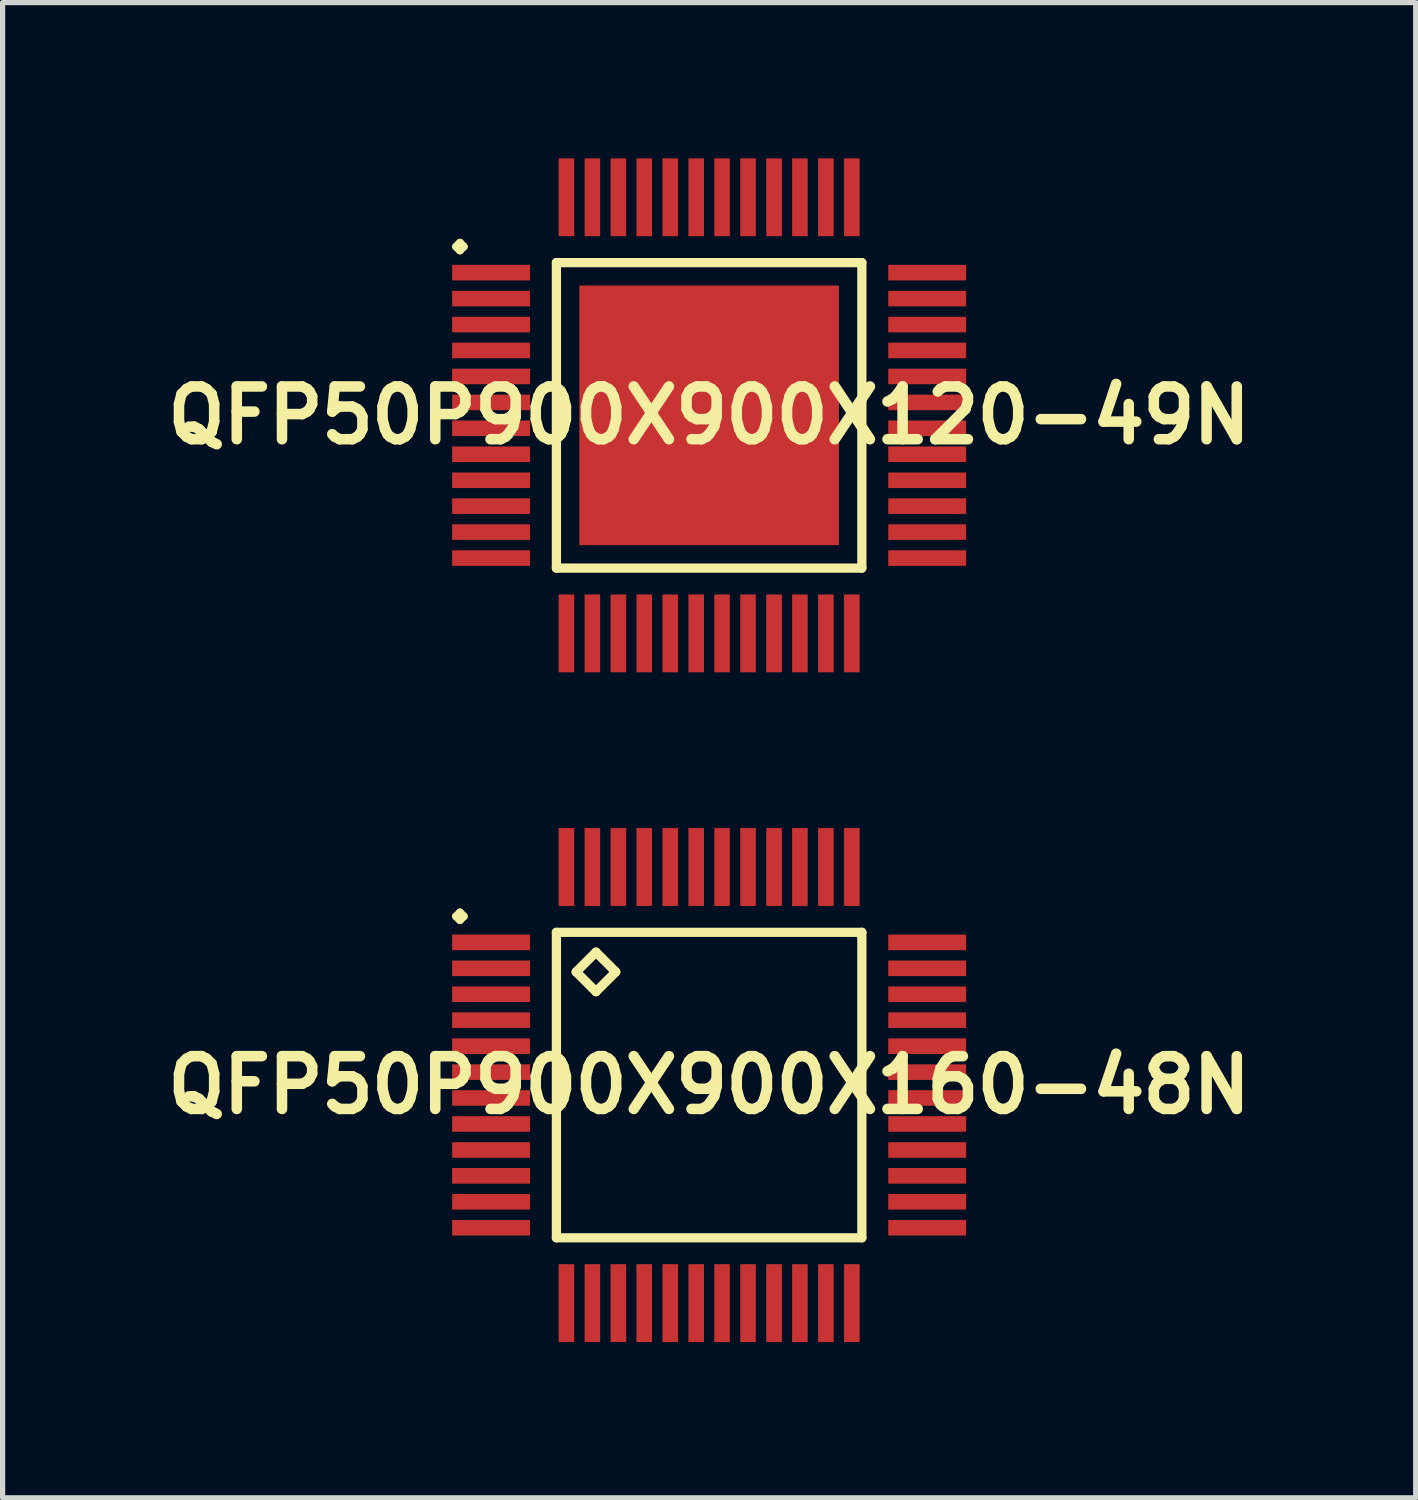
<source format=kicad_pcb>
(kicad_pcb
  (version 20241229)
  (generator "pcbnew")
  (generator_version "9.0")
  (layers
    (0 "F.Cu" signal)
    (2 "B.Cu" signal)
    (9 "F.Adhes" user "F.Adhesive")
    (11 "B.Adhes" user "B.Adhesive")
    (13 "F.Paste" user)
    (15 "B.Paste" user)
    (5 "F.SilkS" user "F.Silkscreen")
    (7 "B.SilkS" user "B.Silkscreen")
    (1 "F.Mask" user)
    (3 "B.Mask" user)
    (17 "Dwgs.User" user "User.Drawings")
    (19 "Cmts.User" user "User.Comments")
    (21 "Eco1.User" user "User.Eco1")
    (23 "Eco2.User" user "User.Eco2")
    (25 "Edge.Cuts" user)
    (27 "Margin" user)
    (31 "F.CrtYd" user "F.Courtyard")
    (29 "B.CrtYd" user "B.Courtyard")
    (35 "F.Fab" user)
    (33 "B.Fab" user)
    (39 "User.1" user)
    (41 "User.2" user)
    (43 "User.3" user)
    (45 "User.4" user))
  (footprint "QFP50P900X900X160-48N"
    (layer "F.Cu")
    (at 10.605 17.844)
    (property "Reference" "QFP50P900X900X160-48N" (at 0 0 0) (layer "F.SilkS") (effects (font (size 1.016 1.016) (thickness 0.203))))
    (attr smd)
    (fp_line (start -4.874 -3.249) (end -4.798 -3.325) (stroke (width 0.15) (type solid)) (layer "F.SilkS"))
    (fp_line (start -4.798 -3.325) (end -4.724 -3.249) (stroke (width 0.15) (type solid)) (layer "F.SilkS"))
    (fp_line (start -4.798 -3.175) (end -4.874 -3.249) (stroke (width 0.15) (type solid)) (layer "F.SilkS"))
    (fp_line (start -4.724 -3.249) (end -4.798 -3.175) (stroke (width 0.15) (type solid)) (layer "F.SilkS"))
    (fp_line (start -2.941 -2.941) (end -2.941 2.941) (stroke (width 0.178) (type solid)) (layer "F.SilkS"))
    (fp_line (start -2.941 2.941) (end 2.941 2.941) (stroke (width 0.178) (type solid)) (layer "F.SilkS"))
    (fp_line (start -2.56 -2.179) (end -2.179 -2.56) (stroke (width 0.178) (type solid)) (layer "F.SilkS"))
    (fp_line (start -2.179 -2.56) (end -1.798 -2.179) (stroke (width 0.178) (type solid)) (layer "F.SilkS"))
    (fp_line (start -2.179 -1.798) (end -2.56 -2.179) (stroke (width 0.178) (type solid)) (layer "F.SilkS"))
    (fp_line (start -1.798 -2.179) (end -2.179 -1.798) (stroke (width 0.178) (type solid)) (layer "F.SilkS"))
    (fp_line (start 2.941 -2.941) (end -2.941 -2.941) (stroke (width 0.178) (type solid)) (layer "F.SilkS"))
    (fp_line (start 2.941 2.941) (end 2.941 -2.941) (stroke (width 0.178) (type solid)) (layer "F.SilkS"))
    (pad "1" smd rect (at -4.199 -2.748) (size 1.499 0.3) (layers "F.Cu" "F.Mask" "F.Paste"))
    (pad "2" smd rect (at -4.199 -2.248) (size 1.499 0.3) (layers "F.Cu" "F.Mask" "F.Paste"))
    (pad "3" smd rect (at -4.199 -1.748) (size 1.499 0.3) (layers "F.Cu" "F.Mask" "F.Paste"))
    (pad "4" smd rect (at -4.199 -1.25) (size 1.499 0.3) (layers "F.Cu" "F.Mask" "F.Paste"))
    (pad "5" smd rect (at -4.199 -0.749) (size 1.499 0.3) (layers "F.Cu" "F.Mask" "F.Paste"))
    (pad "6" smd rect (at -4.199 -0.249) (size 1.499 0.3) (layers "F.Cu" "F.Mask" "F.Paste"))
    (pad "7" smd rect (at -4.199 0.249) (size 1.499 0.3) (layers "F.Cu" "F.Mask" "F.Paste"))
    (pad "8" smd rect (at -4.199 0.749) (size 1.499 0.3) (layers "F.Cu" "F.Mask" "F.Paste"))
    (pad "9" smd rect (at -4.199 1.25) (size 1.499 0.3) (layers "F.Cu" "F.Mask" "F.Paste"))
    (pad "10" smd rect (at -4.199 1.748) (size 1.499 0.3) (layers "F.Cu" "F.Mask" "F.Paste"))
    (pad "11" smd rect (at -4.199 2.248) (size 1.499 0.3) (layers "F.Cu" "F.Mask" "F.Paste"))
    (pad "12" smd rect (at -4.199 2.748) (size 1.499 0.3) (layers "F.Cu" "F.Mask" "F.Paste"))
    (pad "13" smd rect (at -2.748 4.199) (size 0.3 1.499) (layers "F.Cu" "F.Mask" "F.Paste"))
    (pad "14" smd rect (at -2.248 4.199) (size 0.3 1.499) (layers "F.Cu" "F.Mask" "F.Paste"))
    (pad "15" smd rect (at -1.748 4.199) (size 0.3 1.499) (layers "F.Cu" "F.Mask" "F.Paste"))
    (pad "16" smd rect (at -1.25 4.199) (size 0.3 1.499) (layers "F.Cu" "F.Mask" "F.Paste"))
    (pad "17" smd rect (at -0.749 4.199) (size 0.3 1.499) (layers "F.Cu" "F.Mask" "F.Paste"))
    (pad "18" smd rect (at -0.249 4.199) (size 0.3 1.499) (layers "F.Cu" "F.Mask" "F.Paste"))
    (pad "19" smd rect (at 0.249 4.199) (size 0.3 1.499) (layers "F.Cu" "F.Mask" "F.Paste"))
    (pad "20" smd rect (at 0.749 4.199) (size 0.3 1.499) (layers "F.Cu" "F.Mask" "F.Paste"))
    (pad "21" smd rect (at 1.25 4.199) (size 0.3 1.499) (layers "F.Cu" "F.Mask" "F.Paste"))
    (pad "22" smd rect (at 1.748 4.199) (size 0.3 1.499) (layers "F.Cu" "F.Mask" "F.Paste"))
    (pad "23" smd rect (at 2.248 4.199) (size 0.3 1.499) (layers "F.Cu" "F.Mask" "F.Paste"))
    (pad "24" smd rect (at 2.748 4.199) (size 0.3 1.499) (layers "F.Cu" "F.Mask" "F.Paste"))
    (pad "25" smd rect (at 4.199 2.748) (size 1.499 0.3) (layers "F.Cu" "F.Mask" "F.Paste"))
    (pad "26" smd rect (at 4.199 2.248) (size 1.499 0.3) (layers "F.Cu" "F.Mask" "F.Paste"))
    (pad "27" smd rect (at 4.199 1.748) (size 1.499 0.3) (layers "F.Cu" "F.Mask" "F.Paste"))
    (pad "28" smd rect (at 4.199 1.25) (size 1.499 0.3) (layers "F.Cu" "F.Mask" "F.Paste"))
    (pad "29" smd rect (at 4.199 0.749) (size 1.499 0.3) (layers "F.Cu" "F.Mask" "F.Paste"))
    (pad "30" smd rect (at 4.199 0.249) (size 1.499 0.3) (layers "F.Cu" "F.Mask" "F.Paste"))
    (pad "31" smd rect (at 4.199 -0.249) (size 1.499 0.3) (layers "F.Cu" "F.Mask" "F.Paste"))
    (pad "32" smd rect (at 4.199 -0.749) (size 1.499 0.3) (layers "F.Cu" "F.Mask" "F.Paste"))
    (pad "33" smd rect (at 4.199 -1.25) (size 1.499 0.3) (layers "F.Cu" "F.Mask" "F.Paste"))
    (pad "34" smd rect (at 4.199 -1.748) (size 1.499 0.3) (layers "F.Cu" "F.Mask" "F.Paste"))
    (pad "35" smd rect (at 4.199 -2.248) (size 1.499 0.3) (layers "F.Cu" "F.Mask" "F.Paste"))
    (pad "36" smd rect (at 4.199 -2.748) (size 1.499 0.3) (layers "F.Cu" "F.Mask" "F.Paste"))
    (pad "37" smd rect (at 2.748 -4.199) (size 0.3 1.499) (layers "F.Cu" "F.Mask" "F.Paste"))
    (pad "38" smd rect (at 2.248 -4.199) (size 0.3 1.499) (layers "F.Cu" "F.Mask" "F.Paste"))
    (pad "39" smd rect (at 1.748 -4.199) (size 0.3 1.499) (layers "F.Cu" "F.Mask" "F.Paste"))
    (pad "40" smd rect (at 1.25 -4.199) (size 0.3 1.499) (layers "F.Cu" "F.Mask" "F.Paste"))
    (pad "41" smd rect (at 0.749 -4.199) (size 0.3 1.499) (layers "F.Cu" "F.Mask" "F.Paste"))
    (pad "42" smd rect (at 0.249 -4.199) (size 0.3 1.499) (layers "F.Cu" "F.Mask" "F.Paste"))
    (pad "43" smd rect (at -0.249 -4.199) (size 0.3 1.499) (layers "F.Cu" "F.Mask" "F.Paste"))
    (pad "44" smd rect (at -0.749 -4.199) (size 0.3 1.499) (layers "F.Cu" "F.Mask" "F.Paste"))
    (pad "45" smd rect (at -1.25 -4.199) (size 0.3 1.499) (layers "F.Cu" "F.Mask" "F.Paste"))
    (pad "46" smd rect (at -1.748 -4.199) (size 0.3 1.499) (layers "F.Cu" "F.Mask" "F.Paste"))
    (pad "47" smd rect (at -2.248 -4.199) (size 0.3 1.499) (layers "F.Cu" "F.Mask" "F.Paste"))
    (pad "48" smd rect (at -2.748 -4.199) (size 0.3 1.499) (layers "F.Cu" "F.Mask" "F.Paste")))
  (footprint "QFP50P900X900X120-49N"
    (layer "F.Cu")
    (at 10.605 4.948)
    (property "Reference" "QFP50P900X900X120-49N" (at 0 0 0) (layer "F.SilkS") (effects (font (size 1.016 1.016) (thickness 0.203))))
    (attr smd)
    (fp_line (start -4.874 -3.249) (end -4.798 -3.325) (stroke (width 0.15) (type solid)) (layer "F.SilkS"))
    (fp_line (start -4.798 -3.325) (end -4.724 -3.249) (stroke (width 0.15) (type solid)) (layer "F.SilkS"))
    (fp_line (start -4.798 -3.175) (end -4.874 -3.249) (stroke (width 0.15) (type solid)) (layer "F.SilkS"))
    (fp_line (start -4.724 -3.249) (end -4.798 -3.175) (stroke (width 0.15) (type solid)) (layer "F.SilkS"))
    (fp_line (start -2.941 -2.941) (end -2.941 2.941) (stroke (width 0.178) (type solid)) (layer "F.SilkS"))
    (fp_line (start -2.941 2.941) (end 2.941 2.941) (stroke (width 0.178) (type solid)) (layer "F.SilkS"))
    (fp_line (start 2.941 -2.941) (end -2.941 -2.941) (stroke (width 0.178) (type solid)) (layer "F.SilkS"))
    (fp_line (start 2.941 2.941) (end 2.941 -2.941) (stroke (width 0.178) (type solid)) (layer "F.SilkS"))
    (pad "1" smd rect (at -4.199 -2.748) (size 1.499 0.3) (layers "F.Cu" "F.Mask" "F.Paste"))
    (pad "2" smd rect (at -4.199 -2.248) (size 1.499 0.3) (layers "F.Cu" "F.Mask" "F.Paste"))
    (pad "3" smd rect (at -4.199 -1.748) (size 1.499 0.3) (layers "F.Cu" "F.Mask" "F.Paste"))
    (pad "4" smd rect (at -4.199 -1.25) (size 1.499 0.3) (layers "F.Cu" "F.Mask" "F.Paste"))
    (pad "5" smd rect (at -4.199 -0.749) (size 1.499 0.3) (layers "F.Cu" "F.Mask" "F.Paste"))
    (pad "6" smd rect (at -4.199 -0.249) (size 1.499 0.3) (layers "F.Cu" "F.Mask" "F.Paste"))
    (pad "7" smd rect (at -4.199 0.249) (size 1.499 0.3) (layers "F.Cu" "F.Mask" "F.Paste"))
    (pad "8" smd rect (at -4.199 0.749) (size 1.499 0.3) (layers "F.Cu" "F.Mask" "F.Paste"))
    (pad "9" smd rect (at -4.199 1.25) (size 1.499 0.3) (layers "F.Cu" "F.Mask" "F.Paste"))
    (pad "10" smd rect (at -4.199 1.748) (size 1.499 0.3) (layers "F.Cu" "F.Mask" "F.Paste"))
    (pad "11" smd rect (at -4.199 2.248) (size 1.499 0.3) (layers "F.Cu" "F.Mask" "F.Paste"))
    (pad "12" smd rect (at -4.199 2.748) (size 1.499 0.3) (layers "F.Cu" "F.Mask" "F.Paste"))
    (pad "13" smd rect (at -2.748 4.199) (size 0.3 1.499) (layers "F.Cu" "F.Mask" "F.Paste"))
    (pad "14" smd rect (at -2.248 4.199) (size 0.3 1.499) (layers "F.Cu" "F.Mask" "F.Paste"))
    (pad "15" smd rect (at -1.748 4.199) (size 0.3 1.499) (layers "F.Cu" "F.Mask" "F.Paste"))
    (pad "16" smd rect (at -1.25 4.199) (size 0.3 1.499) (layers "F.Cu" "F.Mask" "F.Paste"))
    (pad "17" smd rect (at -0.749 4.199) (size 0.3 1.499) (layers "F.Cu" "F.Mask" "F.Paste"))
    (pad "18" smd rect (at -0.249 4.199) (size 0.3 1.499) (layers "F.Cu" "F.Mask" "F.Paste"))
    (pad "19" smd rect (at 0.249 4.199) (size 0.3 1.499) (layers "F.Cu" "F.Mask" "F.Paste"))
    (pad "20" smd rect (at 0.749 4.199) (size 0.3 1.499) (layers "F.Cu" "F.Mask" "F.Paste"))
    (pad "21" smd rect (at 1.25 4.199) (size 0.3 1.499) (layers "F.Cu" "F.Mask" "F.Paste"))
    (pad "22" smd rect (at 1.748 4.199) (size 0.3 1.499) (layers "F.Cu" "F.Mask" "F.Paste"))
    (pad "23" smd rect (at 2.248 4.199) (size 0.3 1.499) (layers "F.Cu" "F.Mask" "F.Paste"))
    (pad "24" smd rect (at 2.748 4.199) (size 0.3 1.499) (layers "F.Cu" "F.Mask" "F.Paste"))
    (pad "25" smd rect (at 4.199 2.748) (size 1.499 0.3) (layers "F.Cu" "F.Mask" "F.Paste"))
    (pad "26" smd rect (at 4.199 2.248) (size 1.499 0.3) (layers "F.Cu" "F.Mask" "F.Paste"))
    (pad "27" smd rect (at 4.199 1.748) (size 1.499 0.3) (layers "F.Cu" "F.Mask" "F.Paste"))
    (pad "28" smd rect (at 4.199 1.25) (size 1.499 0.3) (layers "F.Cu" "F.Mask" "F.Paste"))
    (pad "29" smd rect (at 4.199 0.749) (size 1.499 0.3) (layers "F.Cu" "F.Mask" "F.Paste"))
    (pad "30" smd rect (at 4.199 0.249) (size 1.499 0.3) (layers "F.Cu" "F.Mask" "F.Paste"))
    (pad "31" smd rect (at 4.199 -0.249) (size 1.499 0.3) (layers "F.Cu" "F.Mask" "F.Paste"))
    (pad "32" smd rect (at 4.199 -0.749) (size 1.499 0.3) (layers "F.Cu" "F.Mask" "F.Paste"))
    (pad "33" smd rect (at 4.199 -1.25) (size 1.499 0.3) (layers "F.Cu" "F.Mask" "F.Paste"))
    (pad "34" smd rect (at 4.199 -1.748) (size 1.499 0.3) (layers "F.Cu" "F.Mask" "F.Paste"))
    (pad "35" smd rect (at 4.199 -2.248) (size 1.499 0.3) (layers "F.Cu" "F.Mask" "F.Paste"))
    (pad "36" smd rect (at 4.199 -2.748) (size 1.499 0.3) (layers "F.Cu" "F.Mask" "F.Paste"))
    (pad "37" smd rect (at 2.748 -4.199) (size 0.3 1.499) (layers "F.Cu" "F.Mask" "F.Paste"))
    (pad "38" smd rect (at 2.248 -4.199) (size 0.3 1.499) (layers "F.Cu" "F.Mask" "F.Paste"))
    (pad "39" smd rect (at 1.748 -4.199) (size 0.3 1.499) (layers "F.Cu" "F.Mask" "F.Paste"))
    (pad "40" smd rect (at 1.25 -4.199) (size 0.3 1.499) (layers "F.Cu" "F.Mask" "F.Paste"))
    (pad "41" smd rect (at 0.749 -4.199) (size 0.3 1.499) (layers "F.Cu" "F.Mask" "F.Paste"))
    (pad "42" smd rect (at 0.249 -4.199) (size 0.3 1.499) (layers "F.Cu" "F.Mask" "F.Paste"))
    (pad "43" smd rect (at -0.249 -4.199) (size 0.3 1.499) (layers "F.Cu" "F.Mask" "F.Paste"))
    (pad "44" smd rect (at -0.749 -4.199) (size 0.3 1.499) (layers "F.Cu" "F.Mask" "F.Paste"))
    (pad "45" smd rect (at -1.25 -4.199) (size 0.3 1.499) (layers "F.Cu" "F.Mask" "F.Paste"))
    (pad "46" smd rect (at -1.748 -4.199) (size 0.3 1.499) (layers "F.Cu" "F.Mask" "F.Paste"))
    (pad "47" smd rect (at -2.248 -4.199) (size 0.3 1.499) (layers "F.Cu" "F.Mask" "F.Paste"))
    (pad "48" smd rect (at -2.748 -4.199) (size 0.3 1.499) (layers "F.Cu" "F.Mask" "F.Paste"))
    (pad "49" smd rect (at 0 0) (size 4.999 4.999) (layers "F.Cu" "F.Mask" "F.Paste")))
  (gr_rect
    (start -3 -3)
    (end 24.21 25.792)
    (stroke (width 0.1) (type default))
    (fill no)
    (layer "Edge.Cuts")))
</source>
